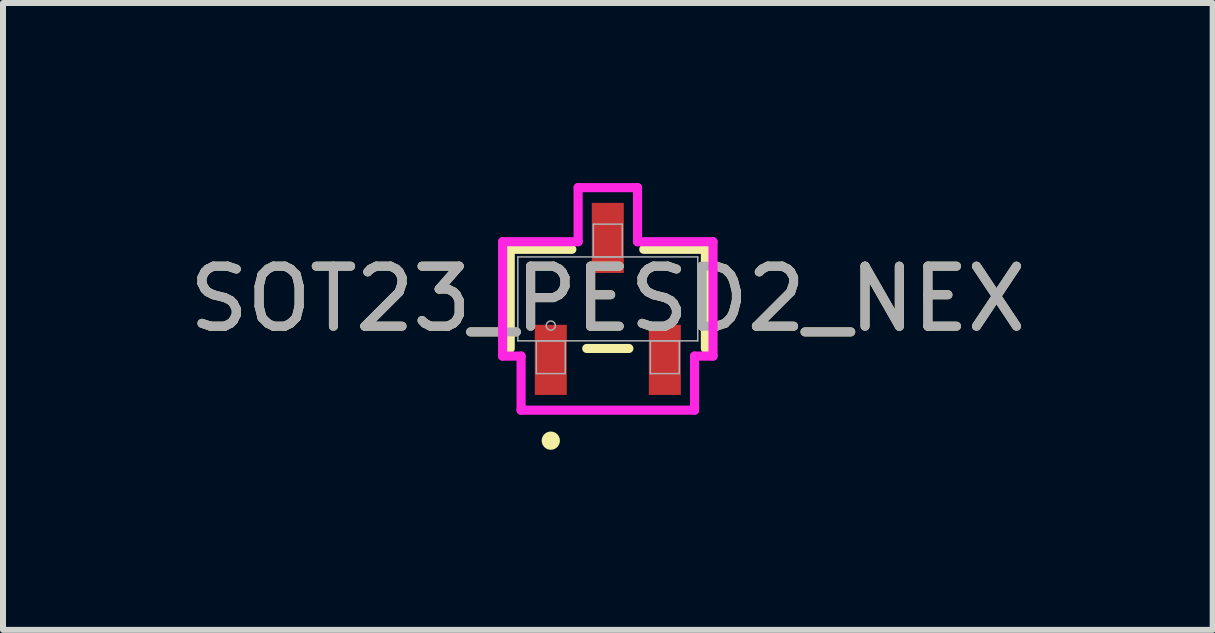
<source format=kicad_pcb>
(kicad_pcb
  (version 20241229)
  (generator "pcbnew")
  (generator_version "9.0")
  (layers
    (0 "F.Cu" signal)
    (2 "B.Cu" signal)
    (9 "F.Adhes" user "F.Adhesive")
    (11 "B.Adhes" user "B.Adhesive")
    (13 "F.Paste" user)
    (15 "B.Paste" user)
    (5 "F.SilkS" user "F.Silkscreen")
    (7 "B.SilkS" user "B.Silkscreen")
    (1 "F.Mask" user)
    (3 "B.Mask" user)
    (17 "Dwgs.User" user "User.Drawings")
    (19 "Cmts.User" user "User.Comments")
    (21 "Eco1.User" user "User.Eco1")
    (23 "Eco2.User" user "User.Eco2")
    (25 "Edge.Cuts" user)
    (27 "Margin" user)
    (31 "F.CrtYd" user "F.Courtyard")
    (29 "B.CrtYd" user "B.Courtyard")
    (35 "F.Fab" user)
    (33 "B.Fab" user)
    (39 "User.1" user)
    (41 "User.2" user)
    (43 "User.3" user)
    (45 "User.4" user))
  (footprint "SOT23_PESD2_NEX"
    (layer "F.Cu")
    (at 7.077 1.93)
    (property "Reference" "SOT23_PESD2_NEX" (at 0 0 0) (unlocked yes) (layer "F.SilkS") (effects (font (size 1 1) (thickness 0.15))))
    (attr smd)
    (fp_line (start -1.626 -0.826) (end -1.626 0.826) (stroke (width 0.152) (type solid)) (layer "F.SilkS"))
    (fp_line (start -0.599 -0.826) (end -1.626 -0.826) (stroke (width 0.152) (type solid)) (layer "F.SilkS"))
    (fp_line (start -0.351 0.826) (end 0.351 0.826) (stroke (width 0.152) (type solid)) (layer "F.SilkS"))
    (fp_line (start 1.626 -0.826) (end 0.599 -0.826) (stroke (width 0.152) (type solid)) (layer "F.SilkS"))
    (fp_line (start 1.626 0.826) (end 1.626 -0.826) (stroke (width 0.152) (type solid)) (layer "F.SilkS"))
    (fp_circle (center -0.95 2.362) (end -0.874 2.362) (stroke (width 0.152) (type solid)) (fill no) (layer "F.SilkS"))
    (fp_line (start -1.753 -0.953) (end -0.495 -0.953) (stroke (width 0.152) (type solid)) (layer "F.CrtYd"))
    (fp_line (start -1.753 0.953) (end -1.753 -0.953) (stroke (width 0.152) (type solid)) (layer "F.CrtYd"))
    (fp_line (start -1.753 0.953) (end -1.445 0.953) (stroke (width 0.152) (type solid)) (layer "F.CrtYd"))
    (fp_line (start -1.445 0.953) (end -1.445 1.854) (stroke (width 0.152) (type solid)) (layer "F.CrtYd"))
    (fp_line (start -1.445 1.854) (end 1.445 1.854) (stroke (width 0.152) (type solid)) (layer "F.CrtYd"))
    (fp_line (start -0.495 -1.854) (end 0.495 -1.854) (stroke (width 0.152) (type solid)) (layer "F.CrtYd"))
    (fp_line (start -0.495 -0.953) (end -0.495 -1.854) (stroke (width 0.152) (type solid)) (layer "F.CrtYd"))
    (fp_line (start 0.495 -0.953) (end 0.495 -1.854) (stroke (width 0.152) (type solid)) (layer "F.CrtYd"))
    (fp_line (start 1.445 0.953) (end 1.445 1.854) (stroke (width 0.152) (type solid)) (layer "F.CrtYd"))
    (fp_line (start 1.753 -0.953) (end 0.495 -0.953) (stroke (width 0.152) (type solid)) (layer "F.CrtYd"))
    (fp_line (start 1.753 -0.953) (end 1.753 0.953) (stroke (width 0.152) (type solid)) (layer "F.CrtYd"))
    (fp_line (start 1.753 0.953) (end 1.445 0.953) (stroke (width 0.152) (type solid)) (layer "F.CrtYd"))
    (fp_line (start -1.499 -0.699) (end -1.499 0.699) (stroke (width 0.025) (type solid)) (layer "F.Fab"))
    (fp_line (start -1.499 0.699) (end 1.499 0.699) (stroke (width 0.025) (type solid)) (layer "F.Fab"))
    (fp_line (start -1.191 0.699) (end -1.191 1.245) (stroke (width 0.025) (type solid)) (layer "F.Fab"))
    (fp_line (start -1.191 1.245) (end -0.709 1.245) (stroke (width 0.025) (type solid)) (layer "F.Fab"))
    (fp_line (start -0.709 0.699) (end -1.191 0.699) (stroke (width 0.025) (type solid)) (layer "F.Fab"))
    (fp_line (start -0.709 1.245) (end -0.709 0.699) (stroke (width 0.025) (type solid)) (layer "F.Fab"))
    (fp_line (start -0.241 -1.245) (end -0.241 -0.699) (stroke (width 0.025) (type solid)) (layer "F.Fab"))
    (fp_line (start -0.241 -0.699) (end 0.241 -0.699) (stroke (width 0.025) (type solid)) (layer "F.Fab"))
    (fp_line (start 0.241 -1.245) (end -0.241 -1.245) (stroke (width 0.025) (type solid)) (layer "F.Fab"))
    (fp_line (start 0.241 -0.699) (end 0.241 -1.245) (stroke (width 0.025) (type solid)) (layer "F.Fab"))
    (fp_line (start 0.709 0.699) (end 0.709 1.245) (stroke (width 0.025) (type solid)) (layer "F.Fab"))
    (fp_line (start 0.709 1.245) (end 1.191 1.245) (stroke (width 0.025) (type solid)) (layer "F.Fab"))
    (fp_line (start 1.191 0.699) (end 0.709 0.699) (stroke (width 0.025) (type solid)) (layer "F.Fab"))
    (fp_line (start 1.191 1.245) (end 1.191 0.699) (stroke (width 0.025) (type solid)) (layer "F.Fab"))
    (fp_line (start 1.499 -0.699) (end -1.499 -0.699) (stroke (width 0.025) (type solid)) (layer "F.Fab"))
    (fp_line (start 1.499 0.699) (end 1.499 -0.699) (stroke (width 0.025) (type solid)) (layer "F.Fab"))
    (fp_circle (center -0.95 0.445) (end -0.874 0.445) (stroke (width 0.025) (type solid)) (fill no) (layer "F.Fab"))
    (fp_text user "${REFERENCE}" (at 0 0 0) (unlocked yes) (layer "F.Fab") (effects (font (size 1 1) (thickness 0.15))))
    (pad "1" smd rect (at -0.95 1.016) (size 0.533 1.168) (layers "F.Cu" "F.Mask" "F.Paste"))
    (pad "2" smd rect (at 0.95 1.016) (size 0.533 1.168) (layers "F.Cu" "F.Mask" "F.Paste"))
    (pad "3" smd rect (at 0 -1.016) (size 0.533 1.168) (layers "F.Cu" "F.Mask" "F.Paste")))
  (gr_rect
    (start -3 -3)
    (end 17.155 7.445)
    (stroke (width 0.1) (type default))
    (fill no)
    (layer "Edge.Cuts")))
</source>
